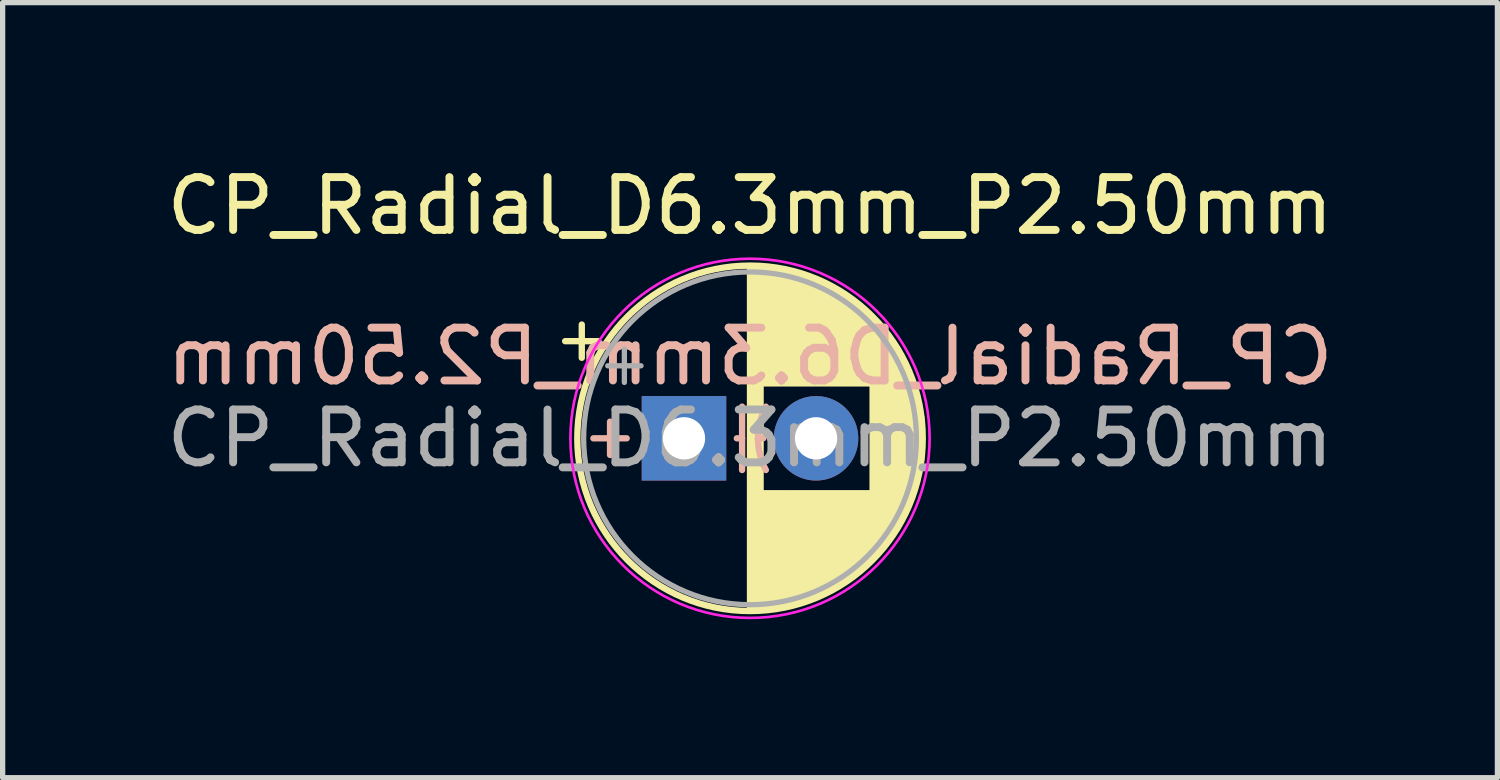
<source format=kicad_pcb>
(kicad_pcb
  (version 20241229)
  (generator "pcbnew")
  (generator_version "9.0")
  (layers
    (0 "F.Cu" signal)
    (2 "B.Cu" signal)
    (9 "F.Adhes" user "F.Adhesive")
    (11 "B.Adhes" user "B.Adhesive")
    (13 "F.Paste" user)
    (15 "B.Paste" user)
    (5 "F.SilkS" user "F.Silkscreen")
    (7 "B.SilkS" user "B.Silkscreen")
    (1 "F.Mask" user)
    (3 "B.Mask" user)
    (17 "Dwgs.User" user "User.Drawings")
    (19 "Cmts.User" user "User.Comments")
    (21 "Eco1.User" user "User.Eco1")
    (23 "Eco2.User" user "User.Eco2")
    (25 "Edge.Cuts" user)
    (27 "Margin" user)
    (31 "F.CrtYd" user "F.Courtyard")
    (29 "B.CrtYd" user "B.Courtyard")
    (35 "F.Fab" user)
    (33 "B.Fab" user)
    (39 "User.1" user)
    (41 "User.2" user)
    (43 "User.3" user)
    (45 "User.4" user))
  (footprint "CP_Radial_D6.3mm_P2.50mm"
    (layer "F.Cu")
    (at 9.899 5.248)
    (property "Reference" "CP_Radial_D6.3mm_P2.50mm" (at 1.25 -4.4 0) (layer "F.SilkS") (effects (font (size 1 1) (thickness 0.15))))
    (fp_line (start -2.25 -1.839) (end -1.62 -1.839) (stroke (width 0.12) (type solid)) (layer "F.SilkS"))
    (fp_line (start -1.935 -2.154) (end -1.935 -1.524) (stroke (width 0.12) (type solid)) (layer "F.SilkS"))
    (fp_line (start 1.25 -3.23) (end 1.25 3.23) (stroke (width 0.12) (type solid)) (layer "F.SilkS"))
    (fp_line (start 1.29 -3.23) (end 1.29 3.23) (stroke (width 0.12) (type solid)) (layer "F.SilkS"))
    (fp_line (start 1.33 -3.23) (end 1.33 3.23) (stroke (width 0.12) (type solid)) (layer "F.SilkS"))
    (fp_line (start 1.37 -3.228) (end 1.37 3.228) (stroke (width 0.12) (type solid)) (layer "F.SilkS"))
    (fp_line (start 1.41 -3.227) (end 1.41 3.227) (stroke (width 0.12) (type solid)) (layer "F.SilkS"))
    (fp_line (start 1.45 -3.224) (end 1.45 3.224) (stroke (width 0.12) (type solid)) (layer "F.SilkS"))
    (fp_line (start 1.49 -3.222) (end 1.49 -1.04) (stroke (width 0.12) (type solid)) (layer "F.SilkS"))
    (fp_line (start 1.49 1.04) (end 1.49 3.222) (stroke (width 0.12) (type solid)) (layer "F.SilkS"))
    (fp_line (start 1.53 -3.218) (end 1.53 -1.04) (stroke (width 0.12) (type solid)) (layer "F.SilkS"))
    (fp_line (start 1.53 1.04) (end 1.53 3.218) (stroke (width 0.12) (type solid)) (layer "F.SilkS"))
    (fp_line (start 1.57 -3.215) (end 1.57 -1.04) (stroke (width 0.12) (type solid)) (layer "F.SilkS"))
    (fp_line (start 1.57 1.04) (end 1.57 3.215) (stroke (width 0.12) (type solid)) (layer "F.SilkS"))
    (fp_line (start 1.61 -3.211) (end 1.61 -1.04) (stroke (width 0.12) (type solid)) (layer "F.SilkS"))
    (fp_line (start 1.61 1.04) (end 1.61 3.211) (stroke (width 0.12) (type solid)) (layer "F.SilkS"))
    (fp_line (start 1.65 -3.206) (end 1.65 -1.04) (stroke (width 0.12) (type solid)) (layer "F.SilkS"))
    (fp_line (start 1.65 1.04) (end 1.65 3.206) (stroke (width 0.12) (type solid)) (layer "F.SilkS"))
    (fp_line (start 1.69 -3.201) (end 1.69 -1.04) (stroke (width 0.12) (type solid)) (layer "F.SilkS"))
    (fp_line (start 1.69 1.04) (end 1.69 3.201) (stroke (width 0.12) (type solid)) (layer "F.SilkS"))
    (fp_line (start 1.73 -3.195) (end 1.73 -1.04) (stroke (width 0.12) (type solid)) (layer "F.SilkS"))
    (fp_line (start 1.73 1.04) (end 1.73 3.195) (stroke (width 0.12) (type solid)) (layer "F.SilkS"))
    (fp_line (start 1.77 -3.189) (end 1.77 -1.04) (stroke (width 0.12) (type solid)) (layer "F.SilkS"))
    (fp_line (start 1.77 1.04) (end 1.77 3.189) (stroke (width 0.12) (type solid)) (layer "F.SilkS"))
    (fp_line (start 1.81 -3.182) (end 1.81 -1.04) (stroke (width 0.12) (type solid)) (layer "F.SilkS"))
    (fp_line (start 1.81 1.04) (end 1.81 3.182) (stroke (width 0.12) (type solid)) (layer "F.SilkS"))
    (fp_line (start 1.85 -3.175) (end 1.85 -1.04) (stroke (width 0.12) (type solid)) (layer "F.SilkS"))
    (fp_line (start 1.85 1.04) (end 1.85 3.175) (stroke (width 0.12) (type solid)) (layer "F.SilkS"))
    (fp_line (start 1.89 -3.167) (end 1.89 -1.04) (stroke (width 0.12) (type solid)) (layer "F.SilkS"))
    (fp_line (start 1.89 1.04) (end 1.89 3.167) (stroke (width 0.12) (type solid)) (layer "F.SilkS"))
    (fp_line (start 1.93 -3.159) (end 1.93 -1.04) (stroke (width 0.12) (type solid)) (layer "F.SilkS"))
    (fp_line (start 1.93 1.04) (end 1.93 3.159) (stroke (width 0.12) (type solid)) (layer "F.SilkS"))
    (fp_line (start 1.971 -3.15) (end 1.971 -1.04) (stroke (width 0.12) (type solid)) (layer "F.SilkS"))
    (fp_line (start 1.971 1.04) (end 1.971 3.15) (stroke (width 0.12) (type solid)) (layer "F.SilkS"))
    (fp_line (start 2.011 -3.141) (end 2.011 -1.04) (stroke (width 0.12) (type solid)) (layer "F.SilkS"))
    (fp_line (start 2.011 1.04) (end 2.011 3.141) (stroke (width 0.12) (type solid)) (layer "F.SilkS"))
    (fp_line (start 2.051 -3.131) (end 2.051 -1.04) (stroke (width 0.12) (type solid)) (layer "F.SilkS"))
    (fp_line (start 2.051 1.04) (end 2.051 3.131) (stroke (width 0.12) (type solid)) (layer "F.SilkS"))
    (fp_line (start 2.091 -3.121) (end 2.091 -1.04) (stroke (width 0.12) (type solid)) (layer "F.SilkS"))
    (fp_line (start 2.091 1.04) (end 2.091 3.121) (stroke (width 0.12) (type solid)) (layer "F.SilkS"))
    (fp_line (start 2.131 -3.11) (end 2.131 -1.04) (stroke (width 0.12) (type solid)) (layer "F.SilkS"))
    (fp_line (start 2.131 1.04) (end 2.131 3.11) (stroke (width 0.12) (type solid)) (layer "F.SilkS"))
    (fp_line (start 2.171 -3.098) (end 2.171 -1.04) (stroke (width 0.12) (type solid)) (layer "F.SilkS"))
    (fp_line (start 2.171 1.04) (end 2.171 3.098) (stroke (width 0.12) (type solid)) (layer "F.SilkS"))
    (fp_line (start 2.211 -3.086) (end 2.211 -1.04) (stroke (width 0.12) (type solid)) (layer "F.SilkS"))
    (fp_line (start 2.211 1.04) (end 2.211 3.086) (stroke (width 0.12) (type solid)) (layer "F.SilkS"))
    (fp_line (start 2.251 -3.074) (end 2.251 -1.04) (stroke (width 0.12) (type solid)) (layer "F.SilkS"))
    (fp_line (start 2.251 1.04) (end 2.251 3.074) (stroke (width 0.12) (type solid)) (layer "F.SilkS"))
    (fp_line (start 2.291 -3.061) (end 2.291 -1.04) (stroke (width 0.12) (type solid)) (layer "F.SilkS"))
    (fp_line (start 2.291 1.04) (end 2.291 3.061) (stroke (width 0.12) (type solid)) (layer "F.SilkS"))
    (fp_line (start 2.331 -3.047) (end 2.331 -1.04) (stroke (width 0.12) (type solid)) (layer "F.SilkS"))
    (fp_line (start 2.331 1.04) (end 2.331 3.047) (stroke (width 0.12) (type solid)) (layer "F.SilkS"))
    (fp_line (start 2.371 -3.033) (end 2.371 -1.04) (stroke (width 0.12) (type solid)) (layer "F.SilkS"))
    (fp_line (start 2.371 1.04) (end 2.371 3.033) (stroke (width 0.12) (type solid)) (layer "F.SilkS"))
    (fp_line (start 2.411 -3.018) (end 2.411 -1.04) (stroke (width 0.12) (type solid)) (layer "F.SilkS"))
    (fp_line (start 2.411 1.04) (end 2.411 3.018) (stroke (width 0.12) (type solid)) (layer "F.SilkS"))
    (fp_line (start 2.451 -3.002) (end 2.451 -1.04) (stroke (width 0.12) (type solid)) (layer "F.SilkS"))
    (fp_line (start 2.451 1.04) (end 2.451 3.002) (stroke (width 0.12) (type solid)) (layer "F.SilkS"))
    (fp_line (start 2.491 -2.986) (end 2.491 -1.04) (stroke (width 0.12) (type solid)) (layer "F.SilkS"))
    (fp_line (start 2.491 1.04) (end 2.491 2.986) (stroke (width 0.12) (type solid)) (layer "F.SilkS"))
    (fp_line (start 2.531 -2.97) (end 2.531 -1.04) (stroke (width 0.12) (type solid)) (layer "F.SilkS"))
    (fp_line (start 2.531 1.04) (end 2.531 2.97) (stroke (width 0.12) (type solid)) (layer "F.SilkS"))
    (fp_line (start 2.571 -2.952) (end 2.571 -1.04) (stroke (width 0.12) (type solid)) (layer "F.SilkS"))
    (fp_line (start 2.571 1.04) (end 2.571 2.952) (stroke (width 0.12) (type solid)) (layer "F.SilkS"))
    (fp_line (start 2.611 -2.934) (end 2.611 -1.04) (stroke (width 0.12) (type solid)) (layer "F.SilkS"))
    (fp_line (start 2.611 1.04) (end 2.611 2.934) (stroke (width 0.12) (type solid)) (layer "F.SilkS"))
    (fp_line (start 2.651 -2.916) (end 2.651 -1.04) (stroke (width 0.12) (type solid)) (layer "F.SilkS"))
    (fp_line (start 2.651 1.04) (end 2.651 2.916) (stroke (width 0.12) (type solid)) (layer "F.SilkS"))
    (fp_line (start 2.691 -2.896) (end 2.691 -1.04) (stroke (width 0.12) (type solid)) (layer "F.SilkS"))
    (fp_line (start 2.691 1.04) (end 2.691 2.896) (stroke (width 0.12) (type solid)) (layer "F.SilkS"))
    (fp_line (start 2.731 -2.876) (end 2.731 -1.04) (stroke (width 0.12) (type solid)) (layer "F.SilkS"))
    (fp_line (start 2.731 1.04) (end 2.731 2.876) (stroke (width 0.12) (type solid)) (layer "F.SilkS"))
    (fp_line (start 2.771 -2.856) (end 2.771 -1.04) (stroke (width 0.12) (type solid)) (layer "F.SilkS"))
    (fp_line (start 2.771 1.04) (end 2.771 2.856) (stroke (width 0.12) (type solid)) (layer "F.SilkS"))
    (fp_line (start 2.811 -2.834) (end 2.811 -1.04) (stroke (width 0.12) (type solid)) (layer "F.SilkS"))
    (fp_line (start 2.811 1.04) (end 2.811 2.834) (stroke (width 0.12) (type solid)) (layer "F.SilkS"))
    (fp_line (start 2.851 -2.812) (end 2.851 -1.04) (stroke (width 0.12) (type solid)) (layer "F.SilkS"))
    (fp_line (start 2.851 1.04) (end 2.851 2.812) (stroke (width 0.12) (type solid)) (layer "F.SilkS"))
    (fp_line (start 2.891 -2.79) (end 2.891 -1.04) (stroke (width 0.12) (type solid)) (layer "F.SilkS"))
    (fp_line (start 2.891 1.04) (end 2.891 2.79) (stroke (width 0.12) (type solid)) (layer "F.SilkS"))
    (fp_line (start 2.931 -2.766) (end 2.931 -1.04) (stroke (width 0.12) (type solid)) (layer "F.SilkS"))
    (fp_line (start 2.931 1.04) (end 2.931 2.766) (stroke (width 0.12) (type solid)) (layer "F.SilkS"))
    (fp_line (start 2.971 -2.742) (end 2.971 -1.04) (stroke (width 0.12) (type solid)) (layer "F.SilkS"))
    (fp_line (start 2.971 1.04) (end 2.971 2.742) (stroke (width 0.12) (type solid)) (layer "F.SilkS"))
    (fp_line (start 3.011 -2.716) (end 3.011 -1.04) (stroke (width 0.12) (type solid)) (layer "F.SilkS"))
    (fp_line (start 3.011 1.04) (end 3.011 2.716) (stroke (width 0.12) (type solid)) (layer "F.SilkS"))
    (fp_line (start 3.051 -2.69) (end 3.051 -1.04) (stroke (width 0.12) (type solid)) (layer "F.SilkS"))
    (fp_line (start 3.051 1.04) (end 3.051 2.69) (stroke (width 0.12) (type solid)) (layer "F.SilkS"))
    (fp_line (start 3.091 -2.664) (end 3.091 -1.04) (stroke (width 0.12) (type solid)) (layer "F.SilkS"))
    (fp_line (start 3.091 1.04) (end 3.091 2.664) (stroke (width 0.12) (type solid)) (layer "F.SilkS"))
    (fp_line (start 3.131 -2.636) (end 3.131 -1.04) (stroke (width 0.12) (type solid)) (layer "F.SilkS"))
    (fp_line (start 3.131 1.04) (end 3.131 2.636) (stroke (width 0.12) (type solid)) (layer "F.SilkS"))
    (fp_line (start 3.171 -2.607) (end 3.171 -1.04) (stroke (width 0.12) (type solid)) (layer "F.SilkS"))
    (fp_line (start 3.171 1.04) (end 3.171 2.607) (stroke (width 0.12) (type solid)) (layer "F.SilkS"))
    (fp_line (start 3.211 -2.578) (end 3.211 -1.04) (stroke (width 0.12) (type solid)) (layer "F.SilkS"))
    (fp_line (start 3.211 1.04) (end 3.211 2.578) (stroke (width 0.12) (type solid)) (layer "F.SilkS"))
    (fp_line (start 3.251 -2.548) (end 3.251 -1.04) (stroke (width 0.12) (type solid)) (layer "F.SilkS"))
    (fp_line (start 3.251 1.04) (end 3.251 2.548) (stroke (width 0.12) (type solid)) (layer "F.SilkS"))
    (fp_line (start 3.291 -2.516) (end 3.291 -1.04) (stroke (width 0.12) (type solid)) (layer "F.SilkS"))
    (fp_line (start 3.291 1.04) (end 3.291 2.516) (stroke (width 0.12) (type solid)) (layer "F.SilkS"))
    (fp_line (start 3.331 -2.484) (end 3.331 -1.04) (stroke (width 0.12) (type solid)) (layer "F.SilkS"))
    (fp_line (start 3.331 1.04) (end 3.331 2.484) (stroke (width 0.12) (type solid)) (layer "F.SilkS"))
    (fp_line (start 3.371 -2.45) (end 3.371 -1.04) (stroke (width 0.12) (type solid)) (layer "F.SilkS"))
    (fp_line (start 3.371 1.04) (end 3.371 2.45) (stroke (width 0.12) (type solid)) (layer "F.SilkS"))
    (fp_line (start 3.411 -2.416) (end 3.411 -1.04) (stroke (width 0.12) (type solid)) (layer "F.SilkS"))
    (fp_line (start 3.411 1.04) (end 3.411 2.416) (stroke (width 0.12) (type solid)) (layer "F.SilkS"))
    (fp_line (start 3.451 -2.38) (end 3.451 -1.04) (stroke (width 0.12) (type solid)) (layer "F.SilkS"))
    (fp_line (start 3.451 1.04) (end 3.451 2.38) (stroke (width 0.12) (type solid)) (layer "F.SilkS"))
    (fp_line (start 3.491 -2.343) (end 3.491 -1.04) (stroke (width 0.12) (type solid)) (layer "F.SilkS"))
    (fp_line (start 3.491 1.04) (end 3.491 2.343) (stroke (width 0.12) (type solid)) (layer "F.SilkS"))
    (fp_line (start 3.531 -2.305) (end 3.531 -1.04) (stroke (width 0.12) (type solid)) (layer "F.SilkS"))
    (fp_line (start 3.531 1.04) (end 3.531 2.305) (stroke (width 0.12) (type solid)) (layer "F.SilkS"))
    (fp_line (start 3.571 -2.265) (end 3.571 2.265) (stroke (width 0.12) (type solid)) (layer "F.SilkS"))
    (fp_line (start 3.611 -2.224) (end 3.611 2.224) (stroke (width 0.12) (type solid)) (layer "F.SilkS"))
    (fp_line (start 3.651 -2.182) (end 3.651 2.182) (stroke (width 0.12) (type solid)) (layer "F.SilkS"))
    (fp_line (start 3.691 -2.137) (end 3.691 2.137) (stroke (width 0.12) (type solid)) (layer "F.SilkS"))
    (fp_line (start 3.731 -2.092) (end 3.731 2.092) (stroke (width 0.12) (type solid)) (layer "F.SilkS"))
    (fp_line (start 3.771 -2.044) (end 3.771 2.044) (stroke (width 0.12) (type solid)) (layer "F.SilkS"))
    (fp_line (start 3.811 -1.995) (end 3.811 1.995) (stroke (width 0.12) (type solid)) (layer "F.SilkS"))
    (fp_line (start 3.851 -1.944) (end 3.851 1.944) (stroke (width 0.12) (type solid)) (layer "F.SilkS"))
    (fp_line (start 3.891 -1.89) (end 3.891 1.89) (stroke (width 0.12) (type solid)) (layer "F.SilkS"))
    (fp_line (start 3.931 -1.834) (end 3.931 1.834) (stroke (width 0.12) (type solid)) (layer "F.SilkS"))
    (fp_line (start 3.971 -1.776) (end 3.971 1.776) (stroke (width 0.12) (type solid)) (layer "F.SilkS"))
    (fp_line (start 4.011 -1.714) (end 4.011 1.714) (stroke (width 0.12) (type solid)) (layer "F.SilkS"))
    (fp_line (start 4.051 -1.65) (end 4.051 1.65) (stroke (width 0.12) (type solid)) (layer "F.SilkS"))
    (fp_line (start 4.091 -1.581) (end 4.091 1.581) (stroke (width 0.12) (type solid)) (layer "F.SilkS"))
    (fp_line (start 4.131 -1.509) (end 4.131 1.509) (stroke (width 0.12) (type solid)) (layer "F.SilkS"))
    (fp_line (start 4.171 -1.432) (end 4.171 1.432) (stroke (width 0.12) (type solid)) (layer "F.SilkS"))
    (fp_line (start 4.211 -1.35) (end 4.211 1.35) (stroke (width 0.12) (type solid)) (layer "F.SilkS"))
    (fp_line (start 4.251 -1.262) (end 4.251 1.262) (stroke (width 0.12) (type solid)) (layer "F.SilkS"))
    (fp_line (start 4.291 -1.165) (end 4.291 1.165) (stroke (width 0.12) (type solid)) (layer "F.SilkS"))
    (fp_line (start 4.331 -1.059) (end 4.331 1.059) (stroke (width 0.12) (type solid)) (layer "F.SilkS"))
    (fp_line (start 4.371 -0.94) (end 4.371 0.94) (stroke (width 0.12) (type solid)) (layer "F.SilkS"))
    (fp_line (start 4.411 -0.802) (end 4.411 0.802) (stroke (width 0.12) (type solid)) (layer "F.SilkS"))
    (fp_line (start 4.451 -0.633) (end 4.451 0.633) (stroke (width 0.12) (type solid)) (layer "F.SilkS"))
    (fp_line (start 4.491 -0.402) (end 4.491 0.402) (stroke (width 0.12) (type solid)) (layer "F.SilkS"))
    (fp_circle (center 1.25 0) (end 4.52 0) (stroke (width 0.12) (type solid)) (fill no) (layer "F.SilkS"))
    (fp_line (start -1.4 -0.315) (end -1.4 0.315) (stroke (width 0.12) (type solid)) (layer "B.SilkS"))
    (fp_line (start -1.085 0) (end -1.715 0) (stroke (width 0.12) (type solid)) (layer "B.SilkS"))
    (fp_line (start 1.1 0) (end 1 0) (stroke (width 0.12) (type solid)) (layer "B.SilkS"))
    (fp_line (start 1.1 0.6) (end 1.1 -0.6) (stroke (width 0.12) (type solid)) (layer "B.SilkS"))
    (fp_line (start 1.4 0) (end 1.5 0) (stroke (width 0.12) (type solid)) (layer "B.SilkS"))
    (fp_arc (start 1.4 0) (mid 1.440022 -0.308744) (end 1.55 -0.6) (stroke (width 0.12) (type solid)) (layer "B.SilkS"))
    (fp_arc (start 1.55 0.6) (mid 1.438098 0.309225) (end 1.4 0) (stroke (width 0.12) (type solid)) (layer "B.SilkS"))
    (fp_circle (center 1.25 0) (end 4.65 0) (stroke (width 0.05) (type solid)) (fill no) (layer "F.CrtYd"))
    (fp_line (start -1.444 -1.373) (end -0.814 -1.373) (stroke (width 0.1) (type solid)) (layer "F.Fab"))
    (fp_line (start -1.129 -1.688) (end -1.129 -1.058) (stroke (width 0.1) (type solid)) (layer "F.Fab"))
    (fp_circle (center 1.25 0) (end 4.4 0) (stroke (width 0.1) (type solid)) (fill no) (layer "F.Fab"))
    (fp_text user "${REFERENCE}" (at 1.25 -1.55 0) (layer "B.SilkS") (effects (font (size 1 1) (thickness 0.15)) (justify mirror)))
    (fp_text user "${REFERENCE}" (at 1.25 0 0) (layer "F.Fab") (effects (font (size 1 1) (thickness 0.15))))
    (pad "1" thru_hole rect (at 0 0) (size 1.6 1.6) (drill 0.8) (layers "*.Cu" "*.Mask"))
    (pad "2" thru_hole circle (at 2.5 0) (size 1.6 1.6) (drill 0.8) (layers "*.Cu" "*.Mask")))
  (gr_rect
    (start -3 -3)
    (end 25.298 11.673)
    (stroke (width 0.1) (type default))
    (fill no)
    (layer "Edge.Cuts")))
</source>
